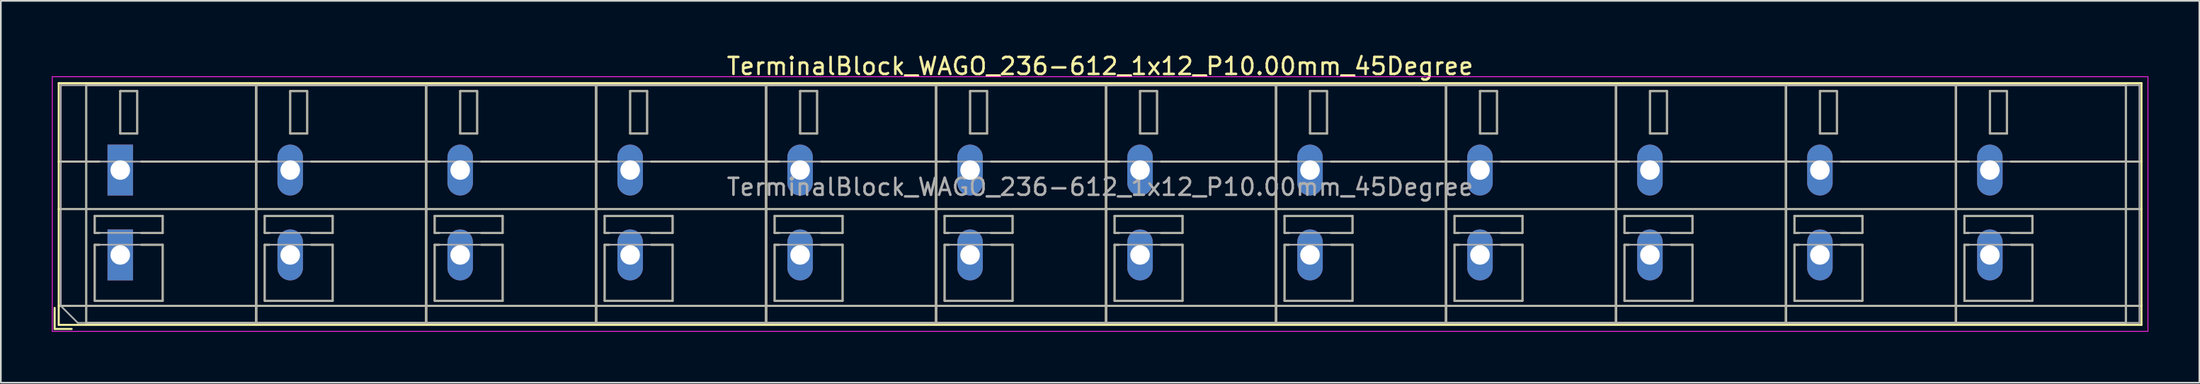
<source format=kicad_pcb>
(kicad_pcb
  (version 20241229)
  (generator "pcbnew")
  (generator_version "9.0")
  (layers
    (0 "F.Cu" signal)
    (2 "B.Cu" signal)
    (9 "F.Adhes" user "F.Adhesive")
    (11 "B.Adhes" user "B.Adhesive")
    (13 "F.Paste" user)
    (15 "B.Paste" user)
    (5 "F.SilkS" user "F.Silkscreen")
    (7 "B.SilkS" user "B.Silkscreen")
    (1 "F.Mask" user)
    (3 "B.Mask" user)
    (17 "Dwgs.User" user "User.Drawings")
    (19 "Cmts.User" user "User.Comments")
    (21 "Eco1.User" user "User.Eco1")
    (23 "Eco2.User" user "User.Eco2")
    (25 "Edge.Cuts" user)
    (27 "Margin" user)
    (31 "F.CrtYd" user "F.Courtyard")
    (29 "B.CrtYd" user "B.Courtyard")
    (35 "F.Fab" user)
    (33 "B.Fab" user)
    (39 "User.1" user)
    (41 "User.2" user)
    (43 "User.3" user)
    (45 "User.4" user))
  (footprint "TerminalBlock_WAGO_236-612_1x12_P10.00mm_45Degree"
    (layer "F.Cu")
    (at 4.025 6.968)
    (property "Reference" "TerminalBlock_WAGO_236-612_1x12_P10.00mm_45Degree" (at 57.65 -6.12 0) (layer "F.SilkS") (effects (font (size 1 1) (thickness 0.15))))
    (attr through_hole)
    (fp_line (start -3.86 8.12) (end -3.86 9.36) (stroke (width 0.12) (type solid)) (layer "F.SilkS"))
    (fp_line (start -3.86 9.36) (end -2.86 9.36) (stroke (width 0.12) (type solid)) (layer "F.SilkS"))
    (fp_line (start -3.62 -5.12) (end -3.62 9.12) (stroke (width 0.12) (type solid)) (layer "F.SilkS"))
    (fp_line (start -3.62 -5.12) (end 118.92 -5.12) (stroke (width 0.12) (type solid)) (layer "F.SilkS"))
    (fp_line (start -3.62 -0.5) (end -1.23 -0.5) (stroke (width 0.12) (type solid)) (layer "F.SilkS"))
    (fp_line (start -3.62 2.3) (end 118.92 2.3) (stroke (width 0.12) (type solid)) (layer "F.SilkS"))
    (fp_line (start -3.62 8) (end 118.92 8) (stroke (width 0.12) (type solid)) (layer "F.SilkS"))
    (fp_line (start -3.62 9.12) (end 118.92 9.12) (stroke (width 0.12) (type solid)) (layer "F.SilkS"))
    (fp_line (start -2 -5) (end -2 9) (stroke (width 0.12) (type solid)) (layer "F.SilkS"))
    (fp_line (start -2 -5) (end 8 -5) (stroke (width 0.12) (type solid)) (layer "F.SilkS"))
    (fp_line (start -2 9) (end 8 9) (stroke (width 0.12) (type solid)) (layer "F.SilkS"))
    (fp_line (start -1.5 2.7) (end -1.5 3.7) (stroke (width 0.12) (type solid)) (layer "F.SilkS"))
    (fp_line (start -1.5 2.7) (end 2.5 2.7) (stroke (width 0.12) (type solid)) (layer "F.SilkS"))
    (fp_line (start -1.5 3.7) (end -1.23 3.7) (stroke (width 0.12) (type solid)) (layer "F.SilkS"))
    (fp_line (start -1.5 4.4) (end -1.5 7.7) (stroke (width 0.12) (type solid)) (layer "F.SilkS"))
    (fp_line (start -1.5 4.4) (end -1.23 4.4) (stroke (width 0.12) (type solid)) (layer "F.SilkS"))
    (fp_line (start -1.5 7.7) (end 2.5 7.7) (stroke (width 0.12) (type solid)) (layer "F.SilkS"))
    (fp_line (start 0 -4.65) (end 0 -2.151) (stroke (width 0.12) (type solid)) (layer "F.SilkS"))
    (fp_line (start 0 -4.65) (end 1 -4.65) (stroke (width 0.12) (type solid)) (layer "F.SilkS"))
    (fp_line (start 0 -2.151) (end 1 -2.151) (stroke (width 0.12) (type solid)) (layer "F.SilkS"))
    (fp_line (start 1 -4.65) (end 1 -2.151) (stroke (width 0.12) (type solid)) (layer "F.SilkS"))
    (fp_line (start 1.23 -0.5) (end 8.77 -0.5) (stroke (width 0.12) (type solid)) (layer "F.SilkS"))
    (fp_line (start 1.23 3.7) (end 2.5 3.7) (stroke (width 0.12) (type solid)) (layer "F.SilkS"))
    (fp_line (start 1.23 4.4) (end 2.5 4.4) (stroke (width 0.12) (type solid)) (layer "F.SilkS"))
    (fp_line (start 2.5 2.7) (end 2.5 3.7) (stroke (width 0.12) (type solid)) (layer "F.SilkS"))
    (fp_line (start 2.5 4.4) (end 2.5 7.7) (stroke (width 0.12) (type solid)) (layer "F.SilkS"))
    (fp_line (start 8 -5) (end 8 9) (stroke (width 0.12) (type solid)) (layer "F.SilkS"))
    (fp_line (start 8 -5) (end 8 9) (stroke (width 0.12) (type solid)) (layer "F.SilkS"))
    (fp_line (start 8 -5) (end 18 -5) (stroke (width 0.12) (type solid)) (layer "F.SilkS"))
    (fp_line (start 8 9) (end 18 9) (stroke (width 0.12) (type solid)) (layer "F.SilkS"))
    (fp_line (start 8.5 2.7) (end 8.5 3.7) (stroke (width 0.12) (type solid)) (layer "F.SilkS"))
    (fp_line (start 8.5 2.7) (end 12.5 2.7) (stroke (width 0.12) (type solid)) (layer "F.SilkS"))
    (fp_line (start 8.5 3.7) (end 8.77 3.7) (stroke (width 0.12) (type solid)) (layer "F.SilkS"))
    (fp_line (start 8.5 4.4) (end 8.5 7.7) (stroke (width 0.12) (type solid)) (layer "F.SilkS"))
    (fp_line (start 8.5 4.4) (end 8.77 4.4) (stroke (width 0.12) (type solid)) (layer "F.SilkS"))
    (fp_line (start 8.5 7.7) (end 12.5 7.7) (stroke (width 0.12) (type solid)) (layer "F.SilkS"))
    (fp_line (start 10 -4.65) (end 10 -2.151) (stroke (width 0.12) (type solid)) (layer "F.SilkS"))
    (fp_line (start 10 -4.65) (end 11 -4.65) (stroke (width 0.12) (type solid)) (layer "F.SilkS"))
    (fp_line (start 10 -2.151) (end 11 -2.151) (stroke (width 0.12) (type solid)) (layer "F.SilkS"))
    (fp_line (start 11 -4.65) (end 11 -2.151) (stroke (width 0.12) (type solid)) (layer "F.SilkS"))
    (fp_line (start 11.23 -0.5) (end 18.77 -0.5) (stroke (width 0.12) (type solid)) (layer "F.SilkS"))
    (fp_line (start 11.23 3.7) (end 12.5 3.7) (stroke (width 0.12) (type solid)) (layer "F.SilkS"))
    (fp_line (start 11.23 4.4) (end 12.5 4.4) (stroke (width 0.12) (type solid)) (layer "F.SilkS"))
    (fp_line (start 12.5 2.7) (end 12.5 3.7) (stroke (width 0.12) (type solid)) (layer "F.SilkS"))
    (fp_line (start 12.5 4.4) (end 12.5 7.7) (stroke (width 0.12) (type solid)) (layer "F.SilkS"))
    (fp_line (start 18 -5) (end 18 9) (stroke (width 0.12) (type solid)) (layer "F.SilkS"))
    (fp_line (start 18 -5) (end 18 9) (stroke (width 0.12) (type solid)) (layer "F.SilkS"))
    (fp_line (start 18 -5) (end 28 -5) (stroke (width 0.12) (type solid)) (layer "F.SilkS"))
    (fp_line (start 18 9) (end 28 9) (stroke (width 0.12) (type solid)) (layer "F.SilkS"))
    (fp_line (start 18.5 2.7) (end 18.5 3.7) (stroke (width 0.12) (type solid)) (layer "F.SilkS"))
    (fp_line (start 18.5 2.7) (end 22.5 2.7) (stroke (width 0.12) (type solid)) (layer "F.SilkS"))
    (fp_line (start 18.5 3.7) (end 18.77 3.7) (stroke (width 0.12) (type solid)) (layer "F.SilkS"))
    (fp_line (start 18.5 4.4) (end 18.5 7.7) (stroke (width 0.12) (type solid)) (layer "F.SilkS"))
    (fp_line (start 18.5 4.4) (end 18.77 4.4) (stroke (width 0.12) (type solid)) (layer "F.SilkS"))
    (fp_line (start 18.5 7.7) (end 22.5 7.7) (stroke (width 0.12) (type solid)) (layer "F.SilkS"))
    (fp_line (start 20 -4.65) (end 20 -2.151) (stroke (width 0.12) (type solid)) (layer "F.SilkS"))
    (fp_line (start 20 -4.65) (end 21 -4.65) (stroke (width 0.12) (type solid)) (layer "F.SilkS"))
    (fp_line (start 20 -2.151) (end 21 -2.151) (stroke (width 0.12) (type solid)) (layer "F.SilkS"))
    (fp_line (start 21 -4.65) (end 21 -2.151) (stroke (width 0.12) (type solid)) (layer "F.SilkS"))
    (fp_line (start 21.23 -0.5) (end 28.77 -0.5) (stroke (width 0.12) (type solid)) (layer "F.SilkS"))
    (fp_line (start 21.23 3.7) (end 22.5 3.7) (stroke (width 0.12) (type solid)) (layer "F.SilkS"))
    (fp_line (start 21.23 4.4) (end 22.5 4.4) (stroke (width 0.12) (type solid)) (layer "F.SilkS"))
    (fp_line (start 22.5 2.7) (end 22.5 3.7) (stroke (width 0.12) (type solid)) (layer "F.SilkS"))
    (fp_line (start 22.5 4.4) (end 22.5 7.7) (stroke (width 0.12) (type solid)) (layer "F.SilkS"))
    (fp_line (start 28 -5) (end 28 9) (stroke (width 0.12) (type solid)) (layer "F.SilkS"))
    (fp_line (start 28 -5) (end 28 9) (stroke (width 0.12) (type solid)) (layer "F.SilkS"))
    (fp_line (start 28 -5) (end 38 -5) (stroke (width 0.12) (type solid)) (layer "F.SilkS"))
    (fp_line (start 28 9) (end 38 9) (stroke (width 0.12) (type solid)) (layer "F.SilkS"))
    (fp_line (start 28.5 2.7) (end 28.5 3.7) (stroke (width 0.12) (type solid)) (layer "F.SilkS"))
    (fp_line (start 28.5 2.7) (end 32.5 2.7) (stroke (width 0.12) (type solid)) (layer "F.SilkS"))
    (fp_line (start 28.5 3.7) (end 28.77 3.7) (stroke (width 0.12) (type solid)) (layer "F.SilkS"))
    (fp_line (start 28.5 4.4) (end 28.5 7.7) (stroke (width 0.12) (type solid)) (layer "F.SilkS"))
    (fp_line (start 28.5 4.4) (end 28.77 4.4) (stroke (width 0.12) (type solid)) (layer "F.SilkS"))
    (fp_line (start 28.5 7.7) (end 32.5 7.7) (stroke (width 0.12) (type solid)) (layer "F.SilkS"))
    (fp_line (start 30 -4.65) (end 30 -2.151) (stroke (width 0.12) (type solid)) (layer "F.SilkS"))
    (fp_line (start 30 -4.65) (end 31 -4.65) (stroke (width 0.12) (type solid)) (layer "F.SilkS"))
    (fp_line (start 30 -2.151) (end 31 -2.151) (stroke (width 0.12) (type solid)) (layer "F.SilkS"))
    (fp_line (start 31 -4.65) (end 31 -2.151) (stroke (width 0.12) (type solid)) (layer "F.SilkS"))
    (fp_line (start 31.23 -0.5) (end 38.77 -0.5) (stroke (width 0.12) (type solid)) (layer "F.SilkS"))
    (fp_line (start 31.23 3.7) (end 32.5 3.7) (stroke (width 0.12) (type solid)) (layer "F.SilkS"))
    (fp_line (start 31.23 4.4) (end 32.5 4.4) (stroke (width 0.12) (type solid)) (layer "F.SilkS"))
    (fp_line (start 32.5 2.7) (end 32.5 3.7) (stroke (width 0.12) (type solid)) (layer "F.SilkS"))
    (fp_line (start 32.5 4.4) (end 32.5 7.7) (stroke (width 0.12) (type solid)) (layer "F.SilkS"))
    (fp_line (start 38 -5) (end 38 9) (stroke (width 0.12) (type solid)) (layer "F.SilkS"))
    (fp_line (start 38 -5) (end 38 9) (stroke (width 0.12) (type solid)) (layer "F.SilkS"))
    (fp_line (start 38 -5) (end 48 -5) (stroke (width 0.12) (type solid)) (layer "F.SilkS"))
    (fp_line (start 38 9) (end 48 9) (stroke (width 0.12) (type solid)) (layer "F.SilkS"))
    (fp_line (start 38.5 2.7) (end 38.5 3.7) (stroke (width 0.12) (type solid)) (layer "F.SilkS"))
    (fp_line (start 38.5 2.7) (end 42.5 2.7) (stroke (width 0.12) (type solid)) (layer "F.SilkS"))
    (fp_line (start 38.5 3.7) (end 38.77 3.7) (stroke (width 0.12) (type solid)) (layer "F.SilkS"))
    (fp_line (start 38.5 4.4) (end 38.5 7.7) (stroke (width 0.12) (type solid)) (layer "F.SilkS"))
    (fp_line (start 38.5 4.4) (end 38.77 4.4) (stroke (width 0.12) (type solid)) (layer "F.SilkS"))
    (fp_line (start 38.5 7.7) (end 42.5 7.7) (stroke (width 0.12) (type solid)) (layer "F.SilkS"))
    (fp_line (start 40 -4.65) (end 40 -2.151) (stroke (width 0.12) (type solid)) (layer "F.SilkS"))
    (fp_line (start 40 -4.65) (end 41 -4.65) (stroke (width 0.12) (type solid)) (layer "F.SilkS"))
    (fp_line (start 40 -2.151) (end 41 -2.151) (stroke (width 0.12) (type solid)) (layer "F.SilkS"))
    (fp_line (start 41 -4.65) (end 41 -2.151) (stroke (width 0.12) (type solid)) (layer "F.SilkS"))
    (fp_line (start 41.23 -0.5) (end 48.77 -0.5) (stroke (width 0.12) (type solid)) (layer "F.SilkS"))
    (fp_line (start 41.23 3.7) (end 42.5 3.7) (stroke (width 0.12) (type solid)) (layer "F.SilkS"))
    (fp_line (start 41.23 4.4) (end 42.5 4.4) (stroke (width 0.12) (type solid)) (layer "F.SilkS"))
    (fp_line (start 42.5 2.7) (end 42.5 3.7) (stroke (width 0.12) (type solid)) (layer "F.SilkS"))
    (fp_line (start 42.5 4.4) (end 42.5 7.7) (stroke (width 0.12) (type solid)) (layer "F.SilkS"))
    (fp_line (start 48 -5) (end 48 9) (stroke (width 0.12) (type solid)) (layer "F.SilkS"))
    (fp_line (start 48 -5) (end 48 9) (stroke (width 0.12) (type solid)) (layer "F.SilkS"))
    (fp_line (start 48 -5) (end 58 -5) (stroke (width 0.12) (type solid)) (layer "F.SilkS"))
    (fp_line (start 48 9) (end 58 9) (stroke (width 0.12) (type solid)) (layer "F.SilkS"))
    (fp_line (start 48.5 2.7) (end 48.5 3.7) (stroke (width 0.12) (type solid)) (layer "F.SilkS"))
    (fp_line (start 48.5 2.7) (end 52.5 2.7) (stroke (width 0.12) (type solid)) (layer "F.SilkS"))
    (fp_line (start 48.5 3.7) (end 48.77 3.7) (stroke (width 0.12) (type solid)) (layer "F.SilkS"))
    (fp_line (start 48.5 4.4) (end 48.5 7.7) (stroke (width 0.12) (type solid)) (layer "F.SilkS"))
    (fp_line (start 48.5 4.4) (end 48.77 4.4) (stroke (width 0.12) (type solid)) (layer "F.SilkS"))
    (fp_line (start 48.5 7.7) (end 52.5 7.7) (stroke (width 0.12) (type solid)) (layer "F.SilkS"))
    (fp_line (start 50 -4.65) (end 50 -2.151) (stroke (width 0.12) (type solid)) (layer "F.SilkS"))
    (fp_line (start 50 -4.65) (end 51 -4.65) (stroke (width 0.12) (type solid)) (layer "F.SilkS"))
    (fp_line (start 50 -2.151) (end 51 -2.151) (stroke (width 0.12) (type solid)) (layer "F.SilkS"))
    (fp_line (start 51 -4.65) (end 51 -2.151) (stroke (width 0.12) (type solid)) (layer "F.SilkS"))
    (fp_line (start 51.23 -0.5) (end 58.77 -0.5) (stroke (width 0.12) (type solid)) (layer "F.SilkS"))
    (fp_line (start 51.23 3.7) (end 52.5 3.7) (stroke (width 0.12) (type solid)) (layer "F.SilkS"))
    (fp_line (start 51.23 4.4) (end 52.5 4.4) (stroke (width 0.12) (type solid)) (layer "F.SilkS"))
    (fp_line (start 52.5 2.7) (end 52.5 3.7) (stroke (width 0.12) (type solid)) (layer "F.SilkS"))
    (fp_line (start 52.5 4.4) (end 52.5 7.7) (stroke (width 0.12) (type solid)) (layer "F.SilkS"))
    (fp_line (start 58 -5) (end 58 9) (stroke (width 0.12) (type solid)) (layer "F.SilkS"))
    (fp_line (start 58 -5) (end 58 9) (stroke (width 0.12) (type solid)) (layer "F.SilkS"))
    (fp_line (start 58 -5) (end 68 -5) (stroke (width 0.12) (type solid)) (layer "F.SilkS"))
    (fp_line (start 58 9) (end 68 9) (stroke (width 0.12) (type solid)) (layer "F.SilkS"))
    (fp_line (start 58.5 2.7) (end 58.5 3.7) (stroke (width 0.12) (type solid)) (layer "F.SilkS"))
    (fp_line (start 58.5 2.7) (end 62.5 2.7) (stroke (width 0.12) (type solid)) (layer "F.SilkS"))
    (fp_line (start 58.5 3.7) (end 58.77 3.7) (stroke (width 0.12) (type solid)) (layer "F.SilkS"))
    (fp_line (start 58.5 4.4) (end 58.5 7.7) (stroke (width 0.12) (type solid)) (layer "F.SilkS"))
    (fp_line (start 58.5 4.4) (end 58.77 4.4) (stroke (width 0.12) (type solid)) (layer "F.SilkS"))
    (fp_line (start 58.5 7.7) (end 62.5 7.7) (stroke (width 0.12) (type solid)) (layer "F.SilkS"))
    (fp_line (start 60 -4.65) (end 60 -2.151) (stroke (width 0.12) (type solid)) (layer "F.SilkS"))
    (fp_line (start 60 -4.65) (end 61 -4.65) (stroke (width 0.12) (type solid)) (layer "F.SilkS"))
    (fp_line (start 60 -2.151) (end 61 -2.151) (stroke (width 0.12) (type solid)) (layer "F.SilkS"))
    (fp_line (start 61 -4.65) (end 61 -2.151) (stroke (width 0.12) (type solid)) (layer "F.SilkS"))
    (fp_line (start 61.23 -0.5) (end 68.77 -0.5) (stroke (width 0.12) (type solid)) (layer "F.SilkS"))
    (fp_line (start 61.23 3.7) (end 62.5 3.7) (stroke (width 0.12) (type solid)) (layer "F.SilkS"))
    (fp_line (start 61.23 4.4) (end 62.5 4.4) (stroke (width 0.12) (type solid)) (layer "F.SilkS"))
    (fp_line (start 62.5 2.7) (end 62.5 3.7) (stroke (width 0.12) (type solid)) (layer "F.SilkS"))
    (fp_line (start 62.5 4.4) (end 62.5 7.7) (stroke (width 0.12) (type solid)) (layer "F.SilkS"))
    (fp_line (start 68 -5) (end 68 9) (stroke (width 0.12) (type solid)) (layer "F.SilkS"))
    (fp_line (start 68 -5) (end 68 9) (stroke (width 0.12) (type solid)) (layer "F.SilkS"))
    (fp_line (start 68 -5) (end 78 -5) (stroke (width 0.12) (type solid)) (layer "F.SilkS"))
    (fp_line (start 68 9) (end 78 9) (stroke (width 0.12) (type solid)) (layer "F.SilkS"))
    (fp_line (start 68.5 2.7) (end 68.5 3.7) (stroke (width 0.12) (type solid)) (layer "F.SilkS"))
    (fp_line (start 68.5 2.7) (end 72.5 2.7) (stroke (width 0.12) (type solid)) (layer "F.SilkS"))
    (fp_line (start 68.5 3.7) (end 68.77 3.7) (stroke (width 0.12) (type solid)) (layer "F.SilkS"))
    (fp_line (start 68.5 4.4) (end 68.5 7.7) (stroke (width 0.12) (type solid)) (layer "F.SilkS"))
    (fp_line (start 68.5 4.4) (end 68.77 4.4) (stroke (width 0.12) (type solid)) (layer "F.SilkS"))
    (fp_line (start 68.5 7.7) (end 72.5 7.7) (stroke (width 0.12) (type solid)) (layer "F.SilkS"))
    (fp_line (start 70 -4.65) (end 70 -2.151) (stroke (width 0.12) (type solid)) (layer "F.SilkS"))
    (fp_line (start 70 -4.65) (end 71 -4.65) (stroke (width 0.12) (type solid)) (layer "F.SilkS"))
    (fp_line (start 70 -2.151) (end 71 -2.151) (stroke (width 0.12) (type solid)) (layer "F.SilkS"))
    (fp_line (start 71 -4.65) (end 71 -2.151) (stroke (width 0.12) (type solid)) (layer "F.SilkS"))
    (fp_line (start 71.23 -0.5) (end 78.77 -0.5) (stroke (width 0.12) (type solid)) (layer "F.SilkS"))
    (fp_line (start 71.23 3.7) (end 72.5 3.7) (stroke (width 0.12) (type solid)) (layer "F.SilkS"))
    (fp_line (start 71.23 4.4) (end 72.5 4.4) (stroke (width 0.12) (type solid)) (layer "F.SilkS"))
    (fp_line (start 72.5 2.7) (end 72.5 3.7) (stroke (width 0.12) (type solid)) (layer "F.SilkS"))
    (fp_line (start 72.5 4.4) (end 72.5 7.7) (stroke (width 0.12) (type solid)) (layer "F.SilkS"))
    (fp_line (start 78 -5) (end 78 9) (stroke (width 0.12) (type solid)) (layer "F.SilkS"))
    (fp_line (start 78 -5) (end 78 9) (stroke (width 0.12) (type solid)) (layer "F.SilkS"))
    (fp_line (start 78 -5) (end 88 -5) (stroke (width 0.12) (type solid)) (layer "F.SilkS"))
    (fp_line (start 78 9) (end 88 9) (stroke (width 0.12) (type solid)) (layer "F.SilkS"))
    (fp_line (start 78.5 2.7) (end 78.5 3.7) (stroke (width 0.12) (type solid)) (layer "F.SilkS"))
    (fp_line (start 78.5 2.7) (end 82.5 2.7) (stroke (width 0.12) (type solid)) (layer "F.SilkS"))
    (fp_line (start 78.5 3.7) (end 78.77 3.7) (stroke (width 0.12) (type solid)) (layer "F.SilkS"))
    (fp_line (start 78.5 4.4) (end 78.5 7.7) (stroke (width 0.12) (type solid)) (layer "F.SilkS"))
    (fp_line (start 78.5 4.4) (end 78.77 4.4) (stroke (width 0.12) (type solid)) (layer "F.SilkS"))
    (fp_line (start 78.5 7.7) (end 82.5 7.7) (stroke (width 0.12) (type solid)) (layer "F.SilkS"))
    (fp_line (start 80 -4.65) (end 80 -2.151) (stroke (width 0.12) (type solid)) (layer "F.SilkS"))
    (fp_line (start 80 -4.65) (end 81 -4.65) (stroke (width 0.12) (type solid)) (layer "F.SilkS"))
    (fp_line (start 80 -2.151) (end 81 -2.151) (stroke (width 0.12) (type solid)) (layer "F.SilkS"))
    (fp_line (start 81 -4.65) (end 81 -2.151) (stroke (width 0.12) (type solid)) (layer "F.SilkS"))
    (fp_line (start 81.23 -0.5) (end 88.77 -0.5) (stroke (width 0.12) (type solid)) (layer "F.SilkS"))
    (fp_line (start 81.23 3.7) (end 82.5 3.7) (stroke (width 0.12) (type solid)) (layer "F.SilkS"))
    (fp_line (start 81.23 4.4) (end 82.5 4.4) (stroke (width 0.12) (type solid)) (layer "F.SilkS"))
    (fp_line (start 82.5 2.7) (end 82.5 3.7) (stroke (width 0.12) (type solid)) (layer "F.SilkS"))
    (fp_line (start 82.5 4.4) (end 82.5 7.7) (stroke (width 0.12) (type solid)) (layer "F.SilkS"))
    (fp_line (start 88 -5) (end 88 9) (stroke (width 0.12) (type solid)) (layer "F.SilkS"))
    (fp_line (start 88 -5) (end 88 9) (stroke (width 0.12) (type solid)) (layer "F.SilkS"))
    (fp_line (start 88 -5) (end 98 -5) (stroke (width 0.12) (type solid)) (layer "F.SilkS"))
    (fp_line (start 88 9) (end 98 9) (stroke (width 0.12) (type solid)) (layer "F.SilkS"))
    (fp_line (start 88.5 2.7) (end 88.5 3.7) (stroke (width 0.12) (type solid)) (layer "F.SilkS"))
    (fp_line (start 88.5 2.7) (end 92.5 2.7) (stroke (width 0.12) (type solid)) (layer "F.SilkS"))
    (fp_line (start 88.5 3.7) (end 88.77 3.7) (stroke (width 0.12) (type solid)) (layer "F.SilkS"))
    (fp_line (start 88.5 4.4) (end 88.5 7.7) (stroke (width 0.12) (type solid)) (layer "F.SilkS"))
    (fp_line (start 88.5 4.4) (end 88.77 4.4) (stroke (width 0.12) (type solid)) (layer "F.SilkS"))
    (fp_line (start 88.5 7.7) (end 92.5 7.7) (stroke (width 0.12) (type solid)) (layer "F.SilkS"))
    (fp_line (start 90 -4.65) (end 90 -2.151) (stroke (width 0.12) (type solid)) (layer "F.SilkS"))
    (fp_line (start 90 -4.65) (end 91 -4.65) (stroke (width 0.12) (type solid)) (layer "F.SilkS"))
    (fp_line (start 90 -2.151) (end 91 -2.151) (stroke (width 0.12) (type solid)) (layer "F.SilkS"))
    (fp_line (start 91 -4.65) (end 91 -2.151) (stroke (width 0.12) (type solid)) (layer "F.SilkS"))
    (fp_line (start 91.23 -0.5) (end 98.77 -0.5) (stroke (width 0.12) (type solid)) (layer "F.SilkS"))
    (fp_line (start 91.23 3.7) (end 92.5 3.7) (stroke (width 0.12) (type solid)) (layer "F.SilkS"))
    (fp_line (start 91.23 4.4) (end 92.5 4.4) (stroke (width 0.12) (type solid)) (layer "F.SilkS"))
    (fp_line (start 92.5 2.7) (end 92.5 3.7) (stroke (width 0.12) (type solid)) (layer "F.SilkS"))
    (fp_line (start 92.5 4.4) (end 92.5 7.7) (stroke (width 0.12) (type solid)) (layer "F.SilkS"))
    (fp_line (start 98 -5) (end 98 9) (stroke (width 0.12) (type solid)) (layer "F.SilkS"))
    (fp_line (start 98 -5) (end 98 9) (stroke (width 0.12) (type solid)) (layer "F.SilkS"))
    (fp_line (start 98 -5) (end 108 -5) (stroke (width 0.12) (type solid)) (layer "F.SilkS"))
    (fp_line (start 98 9) (end 108 9) (stroke (width 0.12) (type solid)) (layer "F.SilkS"))
    (fp_line (start 98.5 2.7) (end 98.5 3.7) (stroke (width 0.12) (type solid)) (layer "F.SilkS"))
    (fp_line (start 98.5 2.7) (end 102.5 2.7) (stroke (width 0.12) (type solid)) (layer "F.SilkS"))
    (fp_line (start 98.5 3.7) (end 98.77 3.7) (stroke (width 0.12) (type solid)) (layer "F.SilkS"))
    (fp_line (start 98.5 4.4) (end 98.5 7.7) (stroke (width 0.12) (type solid)) (layer "F.SilkS"))
    (fp_line (start 98.5 4.4) (end 98.77 4.4) (stroke (width 0.12) (type solid)) (layer "F.SilkS"))
    (fp_line (start 98.5 7.7) (end 102.5 7.7) (stroke (width 0.12) (type solid)) (layer "F.SilkS"))
    (fp_line (start 100 -4.65) (end 100 -2.151) (stroke (width 0.12) (type solid)) (layer "F.SilkS"))
    (fp_line (start 100 -4.65) (end 101 -4.65) (stroke (width 0.12) (type solid)) (layer "F.SilkS"))
    (fp_line (start 100 -2.151) (end 101 -2.151) (stroke (width 0.12) (type solid)) (layer "F.SilkS"))
    (fp_line (start 101 -4.65) (end 101 -2.151) (stroke (width 0.12) (type solid)) (layer "F.SilkS"))
    (fp_line (start 101.23 -0.5) (end 108.77 -0.5) (stroke (width 0.12) (type solid)) (layer "F.SilkS"))
    (fp_line (start 101.23 3.7) (end 102.5 3.7) (stroke (width 0.12) (type solid)) (layer "F.SilkS"))
    (fp_line (start 101.23 4.4) (end 102.5 4.4) (stroke (width 0.12) (type solid)) (layer "F.SilkS"))
    (fp_line (start 102.5 2.7) (end 102.5 3.7) (stroke (width 0.12) (type solid)) (layer "F.SilkS"))
    (fp_line (start 102.5 4.4) (end 102.5 7.7) (stroke (width 0.12) (type solid)) (layer "F.SilkS"))
    (fp_line (start 108 -5) (end 108 9) (stroke (width 0.12) (type solid)) (layer "F.SilkS"))
    (fp_line (start 108 -5) (end 108 9) (stroke (width 0.12) (type solid)) (layer "F.SilkS"))
    (fp_line (start 108 -5) (end 118 -5) (stroke (width 0.12) (type solid)) (layer "F.SilkS"))
    (fp_line (start 108 9) (end 118 9) (stroke (width 0.12) (type solid)) (layer "F.SilkS"))
    (fp_line (start 108.5 2.7) (end 108.5 3.7) (stroke (width 0.12) (type solid)) (layer "F.SilkS"))
    (fp_line (start 108.5 2.7) (end 112.5 2.7) (stroke (width 0.12) (type solid)) (layer "F.SilkS"))
    (fp_line (start 108.5 3.7) (end 108.77 3.7) (stroke (width 0.12) (type solid)) (layer "F.SilkS"))
    (fp_line (start 108.5 4.4) (end 108.5 7.7) (stroke (width 0.12) (type solid)) (layer "F.SilkS"))
    (fp_line (start 108.5 4.4) (end 108.77 4.4) (stroke (width 0.12) (type solid)) (layer "F.SilkS"))
    (fp_line (start 108.5 7.7) (end 112.5 7.7) (stroke (width 0.12) (type solid)) (layer "F.SilkS"))
    (fp_line (start 110 -4.65) (end 110 -2.151) (stroke (width 0.12) (type solid)) (layer "F.SilkS"))
    (fp_line (start 110 -4.65) (end 111 -4.65) (stroke (width 0.12) (type solid)) (layer "F.SilkS"))
    (fp_line (start 110 -2.151) (end 111 -2.151) (stroke (width 0.12) (type solid)) (layer "F.SilkS"))
    (fp_line (start 111 -4.65) (end 111 -2.151) (stroke (width 0.12) (type solid)) (layer "F.SilkS"))
    (fp_line (start 111.23 -0.5) (end 118.92 -0.5) (stroke (width 0.12) (type solid)) (layer "F.SilkS"))
    (fp_line (start 111.23 3.7) (end 112.5 3.7) (stroke (width 0.12) (type solid)) (layer "F.SilkS"))
    (fp_line (start 111.23 4.4) (end 112.5 4.4) (stroke (width 0.12) (type solid)) (layer "F.SilkS"))
    (fp_line (start 112.5 2.7) (end 112.5 3.7) (stroke (width 0.12) (type solid)) (layer "F.SilkS"))
    (fp_line (start 112.5 4.4) (end 112.5 7.7) (stroke (width 0.12) (type solid)) (layer "F.SilkS"))
    (fp_line (start 118 -5) (end 118 9) (stroke (width 0.12) (type solid)) (layer "F.SilkS"))
    (fp_line (start 118.92 -5.12) (end 118.92 9.12) (stroke (width 0.12) (type solid)) (layer "F.SilkS"))
    (fp_line (start -4 -5.5) (end -4 9.5) (stroke (width 0.05) (type solid)) (layer "F.CrtYd"))
    (fp_line (start -4 9.5) (end 119.3 9.5) (stroke (width 0.05) (type solid)) (layer "F.CrtYd"))
    (fp_line (start 119.3 -5.5) (end -4 -5.5) (stroke (width 0.05) (type solid)) (layer "F.CrtYd"))
    (fp_line (start 119.3 9.5) (end 119.3 -5.5) (stroke (width 0.05) (type solid)) (layer "F.CrtYd"))
    (fp_line (start -3.5 -5) (end 118.8 -5) (stroke (width 0.1) (type solid)) (layer "F.Fab"))
    (fp_line (start -3.5 -0.5) (end 118.8 -0.5) (stroke (width 0.1) (type solid)) (layer "F.Fab"))
    (fp_line (start -3.5 2.3) (end 118.8 2.3) (stroke (width 0.1) (type solid)) (layer "F.Fab"))
    (fp_line (start -3.5 8) (end -3.5 -5) (stroke (width 0.1) (type solid)) (layer "F.Fab"))
    (fp_line (start -3.5 8) (end 118.8 8) (stroke (width 0.1) (type solid)) (layer "F.Fab"))
    (fp_line (start -2.5 9) (end -3.5 8) (stroke (width 0.1) (type solid)) (layer "F.Fab"))
    (fp_line (start -2 -5) (end -2 9) (stroke (width 0.1) (type solid)) (layer "F.Fab"))
    (fp_line (start -2 9) (end 8 9) (stroke (width 0.1) (type solid)) (layer "F.Fab"))
    (fp_line (start -1.5 2.7) (end -1.5 3.7) (stroke (width 0.1) (type solid)) (layer "F.Fab"))
    (fp_line (start -1.5 3.7) (end 2.5 3.7) (stroke (width 0.1) (type solid)) (layer "F.Fab"))
    (fp_line (start -1.5 4.4) (end -1.5 7.7) (stroke (width 0.1) (type solid)) (layer "F.Fab"))
    (fp_line (start -1.5 7.7) (end 2.5 7.7) (stroke (width 0.1) (type solid)) (layer "F.Fab"))
    (fp_line (start 0 -4.65) (end 0 -2.15) (stroke (width 0.1) (type solid)) (layer "F.Fab"))
    (fp_line (start 0 -2.15) (end 1 -2.15) (stroke (width 0.1) (type solid)) (layer "F.Fab"))
    (fp_line (start 1 -4.65) (end 0 -4.65) (stroke (width 0.1) (type solid)) (layer "F.Fab"))
    (fp_line (start 1 -2.15) (end 1 -4.65) (stroke (width 0.1) (type solid)) (layer "F.Fab"))
    (fp_line (start 2.5 2.7) (end -1.5 2.7) (stroke (width 0.1) (type solid)) (layer "F.Fab"))
    (fp_line (start 2.5 3.7) (end 2.5 2.7) (stroke (width 0.1) (type solid)) (layer "F.Fab"))
    (fp_line (start 2.5 4.4) (end -1.5 4.4) (stroke (width 0.1) (type solid)) (layer "F.Fab"))
    (fp_line (start 2.5 7.7) (end 2.5 4.4) (stroke (width 0.1) (type solid)) (layer "F.Fab"))
    (fp_line (start 8 -5) (end -2 -5) (stroke (width 0.1) (type solid)) (layer "F.Fab"))
    (fp_line (start 8 -5) (end 8 9) (stroke (width 0.1) (type solid)) (layer "F.Fab"))
    (fp_line (start 8 9) (end 8 -5) (stroke (width 0.1) (type solid)) (layer "F.Fab"))
    (fp_line (start 8 9) (end 18 9) (stroke (width 0.1) (type solid)) (layer "F.Fab"))
    (fp_line (start 8.5 2.7) (end 8.5 3.7) (stroke (width 0.1) (type solid)) (layer "F.Fab"))
    (fp_line (start 8.5 3.7) (end 12.5 3.7) (stroke (width 0.1) (type solid)) (layer "F.Fab"))
    (fp_line (start 8.5 4.4) (end 8.5 7.7) (stroke (width 0.1) (type solid)) (layer "F.Fab"))
    (fp_line (start 8.5 7.7) (end 12.5 7.7) (stroke (width 0.1) (type solid)) (layer "F.Fab"))
    (fp_line (start 10 -4.65) (end 10 -2.15) (stroke (width 0.1) (type solid)) (layer "F.Fab"))
    (fp_line (start 10 -2.15) (end 11 -2.15) (stroke (width 0.1) (type solid)) (layer "F.Fab"))
    (fp_line (start 11 -4.65) (end 10 -4.65) (stroke (width 0.1) (type solid)) (layer "F.Fab"))
    (fp_line (start 11 -2.15) (end 11 -4.65) (stroke (width 0.1) (type solid)) (layer "F.Fab"))
    (fp_line (start 12.5 2.7) (end 8.5 2.7) (stroke (width 0.1) (type solid)) (layer "F.Fab"))
    (fp_line (start 12.5 3.7) (end 12.5 2.7) (stroke (width 0.1) (type solid)) (layer "F.Fab"))
    (fp_line (start 12.5 4.4) (end 8.5 4.4) (stroke (width 0.1) (type solid)) (layer "F.Fab"))
    (fp_line (start 12.5 7.7) (end 12.5 4.4) (stroke (width 0.1) (type solid)) (layer "F.Fab"))
    (fp_line (start 18 -5) (end 8 -5) (stroke (width 0.1) (type solid)) (layer "F.Fab"))
    (fp_line (start 18 -5) (end 18 9) (stroke (width 0.1) (type solid)) (layer "F.Fab"))
    (fp_line (start 18 9) (end 18 -5) (stroke (width 0.1) (type solid)) (layer "F.Fab"))
    (fp_line (start 18 9) (end 28 9) (stroke (width 0.1) (type solid)) (layer "F.Fab"))
    (fp_line (start 18.5 2.7) (end 18.5 3.7) (stroke (width 0.1) (type solid)) (layer "F.Fab"))
    (fp_line (start 18.5 3.7) (end 22.5 3.7) (stroke (width 0.1) (type solid)) (layer "F.Fab"))
    (fp_line (start 18.5 4.4) (end 18.5 7.7) (stroke (width 0.1) (type solid)) (layer "F.Fab"))
    (fp_line (start 18.5 7.7) (end 22.5 7.7) (stroke (width 0.1) (type solid)) (layer "F.Fab"))
    (fp_line (start 20 -4.65) (end 20 -2.15) (stroke (width 0.1) (type solid)) (layer "F.Fab"))
    (fp_line (start 20 -2.15) (end 21 -2.15) (stroke (width 0.1) (type solid)) (layer "F.Fab"))
    (fp_line (start 21 -4.65) (end 20 -4.65) (stroke (width 0.1) (type solid)) (layer "F.Fab"))
    (fp_line (start 21 -2.15) (end 21 -4.65) (stroke (width 0.1) (type solid)) (layer "F.Fab"))
    (fp_line (start 22.5 2.7) (end 18.5 2.7) (stroke (width 0.1) (type solid)) (layer "F.Fab"))
    (fp_line (start 22.5 3.7) (end 22.5 2.7) (stroke (width 0.1) (type solid)) (layer "F.Fab"))
    (fp_line (start 22.5 4.4) (end 18.5 4.4) (stroke (width 0.1) (type solid)) (layer "F.Fab"))
    (fp_line (start 22.5 7.7) (end 22.5 4.4) (stroke (width 0.1) (type solid)) (layer "F.Fab"))
    (fp_line (start 28 -5) (end 18 -5) (stroke (width 0.1) (type solid)) (layer "F.Fab"))
    (fp_line (start 28 -5) (end 28 9) (stroke (width 0.1) (type solid)) (layer "F.Fab"))
    (fp_line (start 28 9) (end 28 -5) (stroke (width 0.1) (type solid)) (layer "F.Fab"))
    (fp_line (start 28 9) (end 38 9) (stroke (width 0.1) (type solid)) (layer "F.Fab"))
    (fp_line (start 28.5 2.7) (end 28.5 3.7) (stroke (width 0.1) (type solid)) (layer "F.Fab"))
    (fp_line (start 28.5 3.7) (end 32.5 3.7) (stroke (width 0.1) (type solid)) (layer "F.Fab"))
    (fp_line (start 28.5 4.4) (end 28.5 7.7) (stroke (width 0.1) (type solid)) (layer "F.Fab"))
    (fp_line (start 28.5 7.7) (end 32.5 7.7) (stroke (width 0.1) (type solid)) (layer "F.Fab"))
    (fp_line (start 30 -4.65) (end 30 -2.15) (stroke (width 0.1) (type solid)) (layer "F.Fab"))
    (fp_line (start 30 -2.15) (end 31 -2.15) (stroke (width 0.1) (type solid)) (layer "F.Fab"))
    (fp_line (start 31 -4.65) (end 30 -4.65) (stroke (width 0.1) (type solid)) (layer "F.Fab"))
    (fp_line (start 31 -2.15) (end 31 -4.65) (stroke (width 0.1) (type solid)) (layer "F.Fab"))
    (fp_line (start 32.5 2.7) (end 28.5 2.7) (stroke (width 0.1) (type solid)) (layer "F.Fab"))
    (fp_line (start 32.5 3.7) (end 32.5 2.7) (stroke (width 0.1) (type solid)) (layer "F.Fab"))
    (fp_line (start 32.5 4.4) (end 28.5 4.4) (stroke (width 0.1) (type solid)) (layer "F.Fab"))
    (fp_line (start 32.5 7.7) (end 32.5 4.4) (stroke (width 0.1) (type solid)) (layer "F.Fab"))
    (fp_line (start 38 -5) (end 28 -5) (stroke (width 0.1) (type solid)) (layer "F.Fab"))
    (fp_line (start 38 -5) (end 38 9) (stroke (width 0.1) (type solid)) (layer "F.Fab"))
    (fp_line (start 38 9) (end 38 -5) (stroke (width 0.1) (type solid)) (layer "F.Fab"))
    (fp_line (start 38 9) (end 48 9) (stroke (width 0.1) (type solid)) (layer "F.Fab"))
    (fp_line (start 38.5 2.7) (end 38.5 3.7) (stroke (width 0.1) (type solid)) (layer "F.Fab"))
    (fp_line (start 38.5 3.7) (end 42.5 3.7) (stroke (width 0.1) (type solid)) (layer "F.Fab"))
    (fp_line (start 38.5 4.4) (end 38.5 7.7) (stroke (width 0.1) (type solid)) (layer "F.Fab"))
    (fp_line (start 38.5 7.7) (end 42.5 7.7) (stroke (width 0.1) (type solid)) (layer "F.Fab"))
    (fp_line (start 40 -4.65) (end 40 -2.15) (stroke (width 0.1) (type solid)) (layer "F.Fab"))
    (fp_line (start 40 -2.15) (end 41 -2.15) (stroke (width 0.1) (type solid)) (layer "F.Fab"))
    (fp_line (start 41 -4.65) (end 40 -4.65) (stroke (width 0.1) (type solid)) (layer "F.Fab"))
    (fp_line (start 41 -2.15) (end 41 -4.65) (stroke (width 0.1) (type solid)) (layer "F.Fab"))
    (fp_line (start 42.5 2.7) (end 38.5 2.7) (stroke (width 0.1) (type solid)) (layer "F.Fab"))
    (fp_line (start 42.5 3.7) (end 42.5 2.7) (stroke (width 0.1) (type solid)) (layer "F.Fab"))
    (fp_line (start 42.5 4.4) (end 38.5 4.4) (stroke (width 0.1) (type solid)) (layer "F.Fab"))
    (fp_line (start 42.5 7.7) (end 42.5 4.4) (stroke (width 0.1) (type solid)) (layer "F.Fab"))
    (fp_line (start 48 -5) (end 38 -5) (stroke (width 0.1) (type solid)) (layer "F.Fab"))
    (fp_line (start 48 -5) (end 48 9) (stroke (width 0.1) (type solid)) (layer "F.Fab"))
    (fp_line (start 48 9) (end 48 -5) (stroke (width 0.1) (type solid)) (layer "F.Fab"))
    (fp_line (start 48 9) (end 58 9) (stroke (width 0.1) (type solid)) (layer "F.Fab"))
    (fp_line (start 48.5 2.7) (end 48.5 3.7) (stroke (width 0.1) (type solid)) (layer "F.Fab"))
    (fp_line (start 48.5 3.7) (end 52.5 3.7) (stroke (width 0.1) (type solid)) (layer "F.Fab"))
    (fp_line (start 48.5 4.4) (end 48.5 7.7) (stroke (width 0.1) (type solid)) (layer "F.Fab"))
    (fp_line (start 48.5 7.7) (end 52.5 7.7) (stroke (width 0.1) (type solid)) (layer "F.Fab"))
    (fp_line (start 50 -4.65) (end 50 -2.15) (stroke (width 0.1) (type solid)) (layer "F.Fab"))
    (fp_line (start 50 -2.15) (end 51 -2.15) (stroke (width 0.1) (type solid)) (layer "F.Fab"))
    (fp_line (start 51 -4.65) (end 50 -4.65) (stroke (width 0.1) (type solid)) (layer "F.Fab"))
    (fp_line (start 51 -2.15) (end 51 -4.65) (stroke (width 0.1) (type solid)) (layer "F.Fab"))
    (fp_line (start 52.5 2.7) (end 48.5 2.7) (stroke (width 0.1) (type solid)) (layer "F.Fab"))
    (fp_line (start 52.5 3.7) (end 52.5 2.7) (stroke (width 0.1) (type solid)) (layer "F.Fab"))
    (fp_line (start 52.5 4.4) (end 48.5 4.4) (stroke (width 0.1) (type solid)) (layer "F.Fab"))
    (fp_line (start 52.5 7.7) (end 52.5 4.4) (stroke (width 0.1) (type solid)) (layer "F.Fab"))
    (fp_line (start 58 -5) (end 48 -5) (stroke (width 0.1) (type solid)) (layer "F.Fab"))
    (fp_line (start 58 -5) (end 58 9) (stroke (width 0.1) (type solid)) (layer "F.Fab"))
    (fp_line (start 58 9) (end 58 -5) (stroke (width 0.1) (type solid)) (layer "F.Fab"))
    (fp_line (start 58 9) (end 68 9) (stroke (width 0.1) (type solid)) (layer "F.Fab"))
    (fp_line (start 58.5 2.7) (end 58.5 3.7) (stroke (width 0.1) (type solid)) (layer "F.Fab"))
    (fp_line (start 58.5 3.7) (end 62.5 3.7) (stroke (width 0.1) (type solid)) (layer "F.Fab"))
    (fp_line (start 58.5 4.4) (end 58.5 7.7) (stroke (width 0.1) (type solid)) (layer "F.Fab"))
    (fp_line (start 58.5 7.7) (end 62.5 7.7) (stroke (width 0.1) (type solid)) (layer "F.Fab"))
    (fp_line (start 60 -4.65) (end 60 -2.15) (stroke (width 0.1) (type solid)) (layer "F.Fab"))
    (fp_line (start 60 -2.15) (end 61 -2.15) (stroke (width 0.1) (type solid)) (layer "F.Fab"))
    (fp_line (start 61 -4.65) (end 60 -4.65) (stroke (width 0.1) (type solid)) (layer "F.Fab"))
    (fp_line (start 61 -2.15) (end 61 -4.65) (stroke (width 0.1) (type solid)) (layer "F.Fab"))
    (fp_line (start 62.5 2.7) (end 58.5 2.7) (stroke (width 0.1) (type solid)) (layer "F.Fab"))
    (fp_line (start 62.5 3.7) (end 62.5 2.7) (stroke (width 0.1) (type solid)) (layer "F.Fab"))
    (fp_line (start 62.5 4.4) (end 58.5 4.4) (stroke (width 0.1) (type solid)) (layer "F.Fab"))
    (fp_line (start 62.5 7.7) (end 62.5 4.4) (stroke (width 0.1) (type solid)) (layer "F.Fab"))
    (fp_line (start 68 -5) (end 58 -5) (stroke (width 0.1) (type solid)) (layer "F.Fab"))
    (fp_line (start 68 -5) (end 68 9) (stroke (width 0.1) (type solid)) (layer "F.Fab"))
    (fp_line (start 68 9) (end 68 -5) (stroke (width 0.1) (type solid)) (layer "F.Fab"))
    (fp_line (start 68 9) (end 78 9) (stroke (width 0.1) (type solid)) (layer "F.Fab"))
    (fp_line (start 68.5 2.7) (end 68.5 3.7) (stroke (width 0.1) (type solid)) (layer "F.Fab"))
    (fp_line (start 68.5 3.7) (end 72.5 3.7) (stroke (width 0.1) (type solid)) (layer "F.Fab"))
    (fp_line (start 68.5 4.4) (end 68.5 7.7) (stroke (width 0.1) (type solid)) (layer "F.Fab"))
    (fp_line (start 68.5 7.7) (end 72.5 7.7) (stroke (width 0.1) (type solid)) (layer "F.Fab"))
    (fp_line (start 70 -4.65) (end 70 -2.15) (stroke (width 0.1) (type solid)) (layer "F.Fab"))
    (fp_line (start 70 -2.15) (end 71 -2.15) (stroke (width 0.1) (type solid)) (layer "F.Fab"))
    (fp_line (start 71 -4.65) (end 70 -4.65) (stroke (width 0.1) (type solid)) (layer "F.Fab"))
    (fp_line (start 71 -2.15) (end 71 -4.65) (stroke (width 0.1) (type solid)) (layer "F.Fab"))
    (fp_line (start 72.5 2.7) (end 68.5 2.7) (stroke (width 0.1) (type solid)) (layer "F.Fab"))
    (fp_line (start 72.5 3.7) (end 72.5 2.7) (stroke (width 0.1) (type solid)) (layer "F.Fab"))
    (fp_line (start 72.5 4.4) (end 68.5 4.4) (stroke (width 0.1) (type solid)) (layer "F.Fab"))
    (fp_line (start 72.5 7.7) (end 72.5 4.4) (stroke (width 0.1) (type solid)) (layer "F.Fab"))
    (fp_line (start 78 -5) (end 68 -5) (stroke (width 0.1) (type solid)) (layer "F.Fab"))
    (fp_line (start 78 -5) (end 78 9) (stroke (width 0.1) (type solid)) (layer "F.Fab"))
    (fp_line (start 78 9) (end 78 -5) (stroke (width 0.1) (type solid)) (layer "F.Fab"))
    (fp_line (start 78 9) (end 88 9) (stroke (width 0.1) (type solid)) (layer "F.Fab"))
    (fp_line (start 78.5 2.7) (end 78.5 3.7) (stroke (width 0.1) (type solid)) (layer "F.Fab"))
    (fp_line (start 78.5 3.7) (end 82.5 3.7) (stroke (width 0.1) (type solid)) (layer "F.Fab"))
    (fp_line (start 78.5 4.4) (end 78.5 7.7) (stroke (width 0.1) (type solid)) (layer "F.Fab"))
    (fp_line (start 78.5 7.7) (end 82.5 7.7) (stroke (width 0.1) (type solid)) (layer "F.Fab"))
    (fp_line (start 80 -4.65) (end 80 -2.15) (stroke (width 0.1) (type solid)) (layer "F.Fab"))
    (fp_line (start 80 -2.15) (end 81 -2.15) (stroke (width 0.1) (type solid)) (layer "F.Fab"))
    (fp_line (start 81 -4.65) (end 80 -4.65) (stroke (width 0.1) (type solid)) (layer "F.Fab"))
    (fp_line (start 81 -2.15) (end 81 -4.65) (stroke (width 0.1) (type solid)) (layer "F.Fab"))
    (fp_line (start 82.5 2.7) (end 78.5 2.7) (stroke (width 0.1) (type solid)) (layer "F.Fab"))
    (fp_line (start 82.5 3.7) (end 82.5 2.7) (stroke (width 0.1) (type solid)) (layer "F.Fab"))
    (fp_line (start 82.5 4.4) (end 78.5 4.4) (stroke (width 0.1) (type solid)) (layer "F.Fab"))
    (fp_line (start 82.5 7.7) (end 82.5 4.4) (stroke (width 0.1) (type solid)) (layer "F.Fab"))
    (fp_line (start 88 -5) (end 78 -5) (stroke (width 0.1) (type solid)) (layer "F.Fab"))
    (fp_line (start 88 -5) (end 88 9) (stroke (width 0.1) (type solid)) (layer "F.Fab"))
    (fp_line (start 88 9) (end 88 -5) (stroke (width 0.1) (type solid)) (layer "F.Fab"))
    (fp_line (start 88 9) (end 98 9) (stroke (width 0.1) (type solid)) (layer "F.Fab"))
    (fp_line (start 88.5 2.7) (end 88.5 3.7) (stroke (width 0.1) (type solid)) (layer "F.Fab"))
    (fp_line (start 88.5 3.7) (end 92.5 3.7) (stroke (width 0.1) (type solid)) (layer "F.Fab"))
    (fp_line (start 88.5 4.4) (end 88.5 7.7) (stroke (width 0.1) (type solid)) (layer "F.Fab"))
    (fp_line (start 88.5 7.7) (end 92.5 7.7) (stroke (width 0.1) (type solid)) (layer "F.Fab"))
    (fp_line (start 90 -4.65) (end 90 -2.15) (stroke (width 0.1) (type solid)) (layer "F.Fab"))
    (fp_line (start 90 -2.15) (end 91 -2.15) (stroke (width 0.1) (type solid)) (layer "F.Fab"))
    (fp_line (start 91 -4.65) (end 90 -4.65) (stroke (width 0.1) (type solid)) (layer "F.Fab"))
    (fp_line (start 91 -2.15) (end 91 -4.65) (stroke (width 0.1) (type solid)) (layer "F.Fab"))
    (fp_line (start 92.5 2.7) (end 88.5 2.7) (stroke (width 0.1) (type solid)) (layer "F.Fab"))
    (fp_line (start 92.5 3.7) (end 92.5 2.7) (stroke (width 0.1) (type solid)) (layer "F.Fab"))
    (fp_line (start 92.5 4.4) (end 88.5 4.4) (stroke (width 0.1) (type solid)) (layer "F.Fab"))
    (fp_line (start 92.5 7.7) (end 92.5 4.4) (stroke (width 0.1) (type solid)) (layer "F.Fab"))
    (fp_line (start 98 -5) (end 88 -5) (stroke (width 0.1) (type solid)) (layer "F.Fab"))
    (fp_line (start 98 -5) (end 98 9) (stroke (width 0.1) (type solid)) (layer "F.Fab"))
    (fp_line (start 98 9) (end 98 -5) (stroke (width 0.1) (type solid)) (layer "F.Fab"))
    (fp_line (start 98 9) (end 108 9) (stroke (width 0.1) (type solid)) (layer "F.Fab"))
    (fp_line (start 98.5 2.7) (end 98.5 3.7) (stroke (width 0.1) (type solid)) (layer "F.Fab"))
    (fp_line (start 98.5 3.7) (end 102.5 3.7) (stroke (width 0.1) (type solid)) (layer "F.Fab"))
    (fp_line (start 98.5 4.4) (end 98.5 7.7) (stroke (width 0.1) (type solid)) (layer "F.Fab"))
    (fp_line (start 98.5 7.7) (end 102.5 7.7) (stroke (width 0.1) (type solid)) (layer "F.Fab"))
    (fp_line (start 100 -4.65) (end 100 -2.15) (stroke (width 0.1) (type solid)) (layer "F.Fab"))
    (fp_line (start 100 -2.15) (end 101 -2.15) (stroke (width 0.1) (type solid)) (layer "F.Fab"))
    (fp_line (start 101 -4.65) (end 100 -4.65) (stroke (width 0.1) (type solid)) (layer "F.Fab"))
    (fp_line (start 101 -2.15) (end 101 -4.65) (stroke (width 0.1) (type solid)) (layer "F.Fab"))
    (fp_line (start 102.5 2.7) (end 98.5 2.7) (stroke (width 0.1) (type solid)) (layer "F.Fab"))
    (fp_line (start 102.5 3.7) (end 102.5 2.7) (stroke (width 0.1) (type solid)) (layer "F.Fab"))
    (fp_line (start 102.5 4.4) (end 98.5 4.4) (stroke (width 0.1) (type solid)) (layer "F.Fab"))
    (fp_line (start 102.5 7.7) (end 102.5 4.4) (stroke (width 0.1) (type solid)) (layer "F.Fab"))
    (fp_line (start 108 -5) (end 98 -5) (stroke (width 0.1) (type solid)) (layer "F.Fab"))
    (fp_line (start 108 -5) (end 108 9) (stroke (width 0.1) (type solid)) (layer "F.Fab"))
    (fp_line (start 108 9) (end 108 -5) (stroke (width 0.1) (type solid)) (layer "F.Fab"))
    (fp_line (start 108 9) (end 118 9) (stroke (width 0.1) (type solid)) (layer "F.Fab"))
    (fp_line (start 108.5 2.7) (end 108.5 3.7) (stroke (width 0.1) (type solid)) (layer "F.Fab"))
    (fp_line (start 108.5 3.7) (end 112.5 3.7) (stroke (width 0.1) (type solid)) (layer "F.Fab"))
    (fp_line (start 108.5 4.4) (end 108.5 7.7) (stroke (width 0.1) (type solid)) (layer "F.Fab"))
    (fp_line (start 108.5 7.7) (end 112.5 7.7) (stroke (width 0.1) (type solid)) (layer "F.Fab"))
    (fp_line (start 110 -4.65) (end 110 -2.15) (stroke (width 0.1) (type solid)) (layer "F.Fab"))
    (fp_line (start 110 -2.15) (end 111 -2.15) (stroke (width 0.1) (type solid)) (layer "F.Fab"))
    (fp_line (start 111 -4.65) (end 110 -4.65) (stroke (width 0.1) (type solid)) (layer "F.Fab"))
    (fp_line (start 111 -2.15) (end 111 -4.65) (stroke (width 0.1) (type solid)) (layer "F.Fab"))
    (fp_line (start 112.5 2.7) (end 108.5 2.7) (stroke (width 0.1) (type solid)) (layer "F.Fab"))
    (fp_line (start 112.5 3.7) (end 112.5 2.7) (stroke (width 0.1) (type solid)) (layer "F.Fab"))
    (fp_line (start 112.5 4.4) (end 108.5 4.4) (stroke (width 0.1) (type solid)) (layer "F.Fab"))
    (fp_line (start 112.5 7.7) (end 112.5 4.4) (stroke (width 0.1) (type solid)) (layer "F.Fab"))
    (fp_line (start 118 -5) (end 108 -5) (stroke (width 0.1) (type solid)) (layer "F.Fab"))
    (fp_line (start 118 9) (end 118 -5) (stroke (width 0.1) (type solid)) (layer "F.Fab"))
    (fp_line (start 118.8 -5) (end 118.8 9) (stroke (width 0.1) (type solid)) (layer "F.Fab"))
    (fp_line (start 118.8 9) (end -2.5 9) (stroke (width 0.1) (type solid)) (layer "F.Fab"))
    (fp_text user "${REFERENCE}" (at 57.65 1 0) (layer "F.Fab") (effects (font (size 1 1) (thickness 0.15))))
    (pad "1" thru_hole rect (at 0 0) (size 1.5 3) (drill 1.15) (layers "*.Cu" "*.Mask"))
    (pad "1" thru_hole rect (at 0 5) (size 1.5 3) (drill 1.15) (layers "*.Cu" "*.Mask"))
    (pad "2" thru_hole oval (at 10 0) (size 1.5 3) (drill 1.15) (layers "*.Cu" "*.Mask"))
    (pad "2" thru_hole oval (at 10 5) (size 1.5 3) (drill 1.15) (layers "*.Cu" "*.Mask"))
    (pad "3" thru_hole oval (at 20 0) (size 1.5 3) (drill 1.15) (layers "*.Cu" "*.Mask"))
    (pad "3" thru_hole oval (at 20 5) (size 1.5 3) (drill 1.15) (layers "*.Cu" "*.Mask"))
    (pad "4" thru_hole oval (at 30 0) (size 1.5 3) (drill 1.15) (layers "*.Cu" "*.Mask"))
    (pad "4" thru_hole oval (at 30 5) (size 1.5 3) (drill 1.15) (layers "*.Cu" "*.Mask"))
    (pad "5" thru_hole oval (at 40 0) (size 1.5 3) (drill 1.15) (layers "*.Cu" "*.Mask"))
    (pad "5" thru_hole oval (at 40 5) (size 1.5 3) (drill 1.15) (layers "*.Cu" "*.Mask"))
    (pad "6" thru_hole oval (at 50 0) (size 1.5 3) (drill 1.15) (layers "*.Cu" "*.Mask"))
    (pad "6" thru_hole oval (at 50 5) (size 1.5 3) (drill 1.15) (layers "*.Cu" "*.Mask"))
    (pad "7" thru_hole oval (at 60 0) (size 1.5 3) (drill 1.15) (layers "*.Cu" "*.Mask"))
    (pad "7" thru_hole oval (at 60 5) (size 1.5 3) (drill 1.15) (layers "*.Cu" "*.Mask"))
    (pad "8" thru_hole oval (at 70 0) (size 1.5 3) (drill 1.15) (layers "*.Cu" "*.Mask"))
    (pad "8" thru_hole oval (at 70 5) (size 1.5 3) (drill 1.15) (layers "*.Cu" "*.Mask"))
    (pad "9" thru_hole oval (at 80 0) (size 1.5 3) (drill 1.15) (layers "*.Cu" "*.Mask"))
    (pad "9" thru_hole oval (at 80 5) (size 1.5 3) (drill 1.15) (layers "*.Cu" "*.Mask"))
    (pad "10" thru_hole oval (at 90 0) (size 1.5 3) (drill 1.15) (layers "*.Cu" "*.Mask"))
    (pad "10" thru_hole oval (at 90 5) (size 1.5 3) (drill 1.15) (layers "*.Cu" "*.Mask"))
    (pad "11" thru_hole oval (at 100 0) (size 1.5 3) (drill 1.15) (layers "*.Cu" "*.Mask"))
    (pad "11" thru_hole oval (at 100 5) (size 1.5 3) (drill 1.15) (layers "*.Cu" "*.Mask"))
    (pad "12" thru_hole oval (at 110 0) (size 1.5 3) (drill 1.15) (layers "*.Cu" "*.Mask"))
    (pad "12" thru_hole oval (at 110 5) (size 1.5 3) (drill 1.15) (layers "*.Cu" "*.Mask")))
  (gr_rect
    (start -3 -3)
    (end 126.35 19.493)
    (stroke (width 0.1) (type default))
    (fill no)
    (layer "Edge.Cuts")))
</source>
